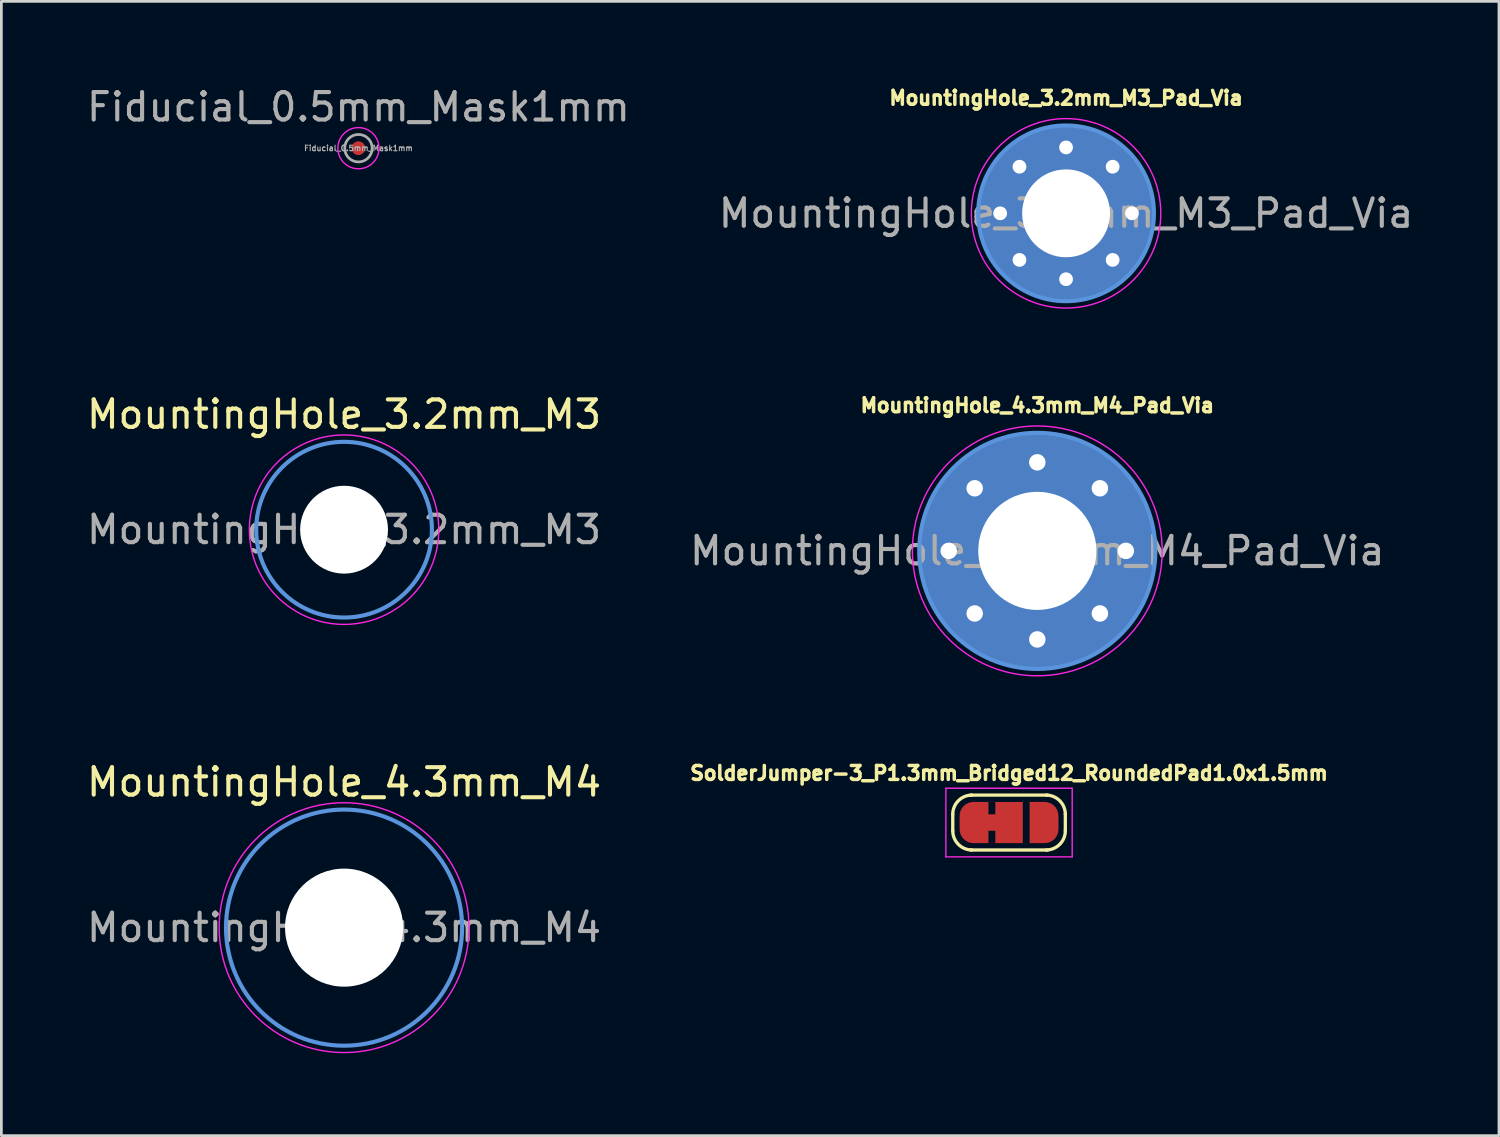
<source format=kicad_pcb>
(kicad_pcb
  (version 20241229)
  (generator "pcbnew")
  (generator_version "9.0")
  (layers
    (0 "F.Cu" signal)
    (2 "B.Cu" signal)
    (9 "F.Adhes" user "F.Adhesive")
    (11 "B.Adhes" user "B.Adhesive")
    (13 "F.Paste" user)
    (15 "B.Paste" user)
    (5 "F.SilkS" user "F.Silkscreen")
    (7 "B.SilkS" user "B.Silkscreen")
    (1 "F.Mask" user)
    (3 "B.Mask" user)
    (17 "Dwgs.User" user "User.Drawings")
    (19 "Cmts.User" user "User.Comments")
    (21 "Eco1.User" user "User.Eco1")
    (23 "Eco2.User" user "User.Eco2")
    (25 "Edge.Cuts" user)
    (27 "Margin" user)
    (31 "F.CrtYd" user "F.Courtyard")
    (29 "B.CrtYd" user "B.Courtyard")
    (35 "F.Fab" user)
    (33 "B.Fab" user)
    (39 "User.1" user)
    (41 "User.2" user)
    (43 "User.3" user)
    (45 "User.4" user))
  (footprint "MountingHole_3.2mm_M3"
    (layer "F.Cu")
    (at 9.482 16.243)
    (property "Reference" "MountingHole_3.2mm_M3" (at 0 -4.2 0) (layer "F.SilkS") (effects (font (size 1 1) (thickness 0.15))))
    (attr exclude_from_pos_files exclude_from_bom)
    (fp_circle (center 0 0) (end 3.2 0) (stroke (width 0.15) (type solid)) (fill no) (layer "Cmts.User"))
    (fp_circle (center 0 0) (end 3.45 0) (stroke (width 0.05) (type solid)) (fill no) (layer "F.CrtYd"))
    (fp_text user "${REFERENCE}" (at 0 0 0) (layer "F.Fab") (effects (font (size 1 1) (thickness 0.15))))
    (pad "" np_thru_hole circle (at 0 0) (size 3.2 3.2) (drill 3.2) (layers "*.Cu" "*.Mask")))
  (footprint "Fiducial_0.5mm_Mask1mm"
    (layer "F.Cu")
    (at 10.006 2.348)
    (property "Reference" "Fiducial_0.5mm_Mask1mm" (at 0 -1.5 0) (layer "F.Fab") (effects (font (size 1 1) (thickness 0.15))))
    (attr smd)
    (fp_circle (center 0 0) (end 0.75 0) (stroke (width 0.05) (type solid)) (fill no) (layer "F.CrtYd"))
    (fp_circle (center 0 0) (end 0.5 0) (stroke (width 0.1) (type solid)) (fill no) (layer "F.Fab"))
    (fp_text user "${REFERENCE}" (at 0 0 0) (layer "F.Fab") (effects (font (size 0.2 0.2) (thickness 0.04))))
    (pad "" smd circle (at 0 0) (size 0.5 0.5) (layers "F.Cu" "F.Mask")))
  (footprint "MountingHole_3.2mm_M3_Pad_Via"
    (layer "F.Cu")
    (at 35.78 4.72)
    (property "Reference" "MountingHole_3.2mm_M3_Pad_Via" (at 0 -4.2 0) (layer "F.SilkS") (effects (font (size 0.508 0.508) (thickness 0.127))))
    (attr exclude_from_pos_files exclude_from_bom)
    (fp_circle (center 0 0) (end 3.2 0) (stroke (width 0.15) (type solid)) (fill no) (layer "Cmts.User"))
    (fp_circle (center 0 0) (end 3.45 0) (stroke (width 0.05) (type solid)) (fill no) (layer "F.CrtYd"))
    (fp_text user "${REFERENCE}" (at 0 0 0) (layer "F.Fab") (effects (font (size 1 1) (thickness 0.15))))
    (pad "1" thru_hole circle (at -2.4 0) (size 0.8 0.8) (drill 0.5) (layers "*.Cu" "*.Mask"))
    (pad "1" thru_hole circle (at -1.697 -1.697) (size 0.8 0.8) (drill 0.5) (layers "*.Cu" "*.Mask"))
    (pad "1" thru_hole circle (at -1.697 1.697) (size 0.8 0.8) (drill 0.5) (layers "*.Cu" "*.Mask"))
    (pad "1" thru_hole circle (at 0 -2.4) (size 0.8 0.8) (drill 0.5) (layers "*.Cu" "*.Mask"))
    (pad "1" thru_hole circle (at 0 0) (size 6.4 6.4) (drill 3.2) (layers "*.Cu" "*.Mask"))
    (pad "1" thru_hole circle (at 0 2.4) (size 0.8 0.8) (drill 0.5) (layers "*.Cu" "*.Mask"))
    (pad "1" thru_hole circle (at 1.697 -1.697) (size 0.8 0.8) (drill 0.5) (layers "*.Cu" "*.Mask"))
    (pad "1" thru_hole circle (at 1.697 1.697) (size 0.8 0.8) (drill 0.5) (layers "*.Cu" "*.Mask"))
    (pad "1" thru_hole circle (at 2.4 0) (size 0.8 0.8) (drill 0.5) (layers "*.Cu" "*.Mask")))
  (footprint "SolderJumper-3_P1.3mm_Bridged12_RoundedPad1.0x1.5mm"
    (layer "F.Cu")
    (at 33.703 26.91)
    (property "Reference" "SolderJumper-3_P1.3mm_Bridged12_RoundedPad1.0x1.5mm" (at 0 -1.8 0) (layer "F.SilkS") (effects (font (size 0.508 0.508) (thickness 0.127) (bold yes))))
    (attr exclude_from_pos_files exclude_from_bom)
    (fp_poly (pts (xy -0.9 -0.3) (xy -0.4 -0.3) (xy -0.4 0.3) (xy -0.9 0.3)) (stroke (width 0) (type solid)) (fill yes) (layer "F.Cu"))
    (fp_line (start -2.05 0.3) (end -2.05 -0.3) (stroke (width 0.12) (type solid)) (layer "F.SilkS"))
    (fp_line (start -1.4 -1) (end 1.4 -1) (stroke (width 0.12) (type solid)) (layer "F.SilkS"))
    (fp_line (start 1.4 1) (end -1.4 1) (stroke (width 0.12) (type solid)) (layer "F.SilkS"))
    (fp_line (start 2.05 -0.3) (end 2.05 0.3) (stroke (width 0.12) (type solid)) (layer "F.SilkS"))
    (fp_arc (start -2.05 -0.3) (mid -1.844975 -0.794975) (end -1.35 -1) (stroke (width 0.12) (type solid)) (layer "F.SilkS"))
    (fp_arc (start -1.35 1) (mid -1.844975 0.794975) (end -2.05 0.3) (stroke (width 0.12) (type solid)) (layer "F.SilkS"))
    (fp_arc (start 1.35 -1) (mid 1.844975 -0.794975) (end 2.05 -0.3) (stroke (width 0.12) (type solid)) (layer "F.SilkS"))
    (fp_arc (start 2.05 0.3) (mid 1.844975 0.794975) (end 1.35 1) (stroke (width 0.12) (type solid)) (layer "F.SilkS"))
    (fp_line (start -2.3 -1.25) (end -2.3 1.25) (stroke (width 0.05) (type solid)) (layer "F.CrtYd"))
    (fp_line (start -2.3 -1.25) (end 2.3 -1.25) (stroke (width 0.05) (type solid)) (layer "F.CrtYd"))
    (fp_line (start 2.3 1.25) (end -2.3 1.25) (stroke (width 0.05) (type solid)) (layer "F.CrtYd"))
    (fp_line (start 2.3 1.25) (end 2.3 -1.25) (stroke (width 0.05) (type solid)) (layer "F.CrtYd"))
    (pad "1" smd custom (at -1.3 0) (size 1 0.5) (layers "F.Cu" "F.Mask") (options (anchor rect)) (primitives (gr_circle (center 0 0.25) (end 0.5 0.25) (width 0) (fill yes)) (gr_circle (center 0 -0.25) (end 0.5 -0.25) (width 0) (fill yes)) (gr_poly (pts (xy 0.55 0.75) (xy 0 0.75) (xy 0 -0.75) (xy 0.55 -0.75)) (width 0) (fill yes))))
    (pad "2" smd rect (at 0 0) (size 1 1.5) (layers "F.Cu" "F.Mask"))
    (pad "3" smd custom (at 1.3 0) (size 1 0.5) (layers "F.Cu" "F.Mask") (options (anchor rect)) (primitives (gr_circle (center 0 0.25) (end 0.5 0.25) (width 0) (fill yes)) (gr_circle (center 0 -0.25) (end 0.5 -0.25) (width 0) (fill yes)) (gr_poly (pts (xy 0 0.75) (xy -0.55 0.75) (xy -0.55 -0.75) (xy 0 -0.75)) (width 0) (fill yes)))))
  (footprint "MountingHole_4.3mm_M4_Pad_Via"
    (layer "F.Cu")
    (at 34.732 17.015)
    (property "Reference" "MountingHole_4.3mm_M4_Pad_Via" (at 0 -5.3 0) (layer "F.SilkS") (effects (font (size 0.508 0.508) (thickness 0.127))))
    (attr exclude_from_pos_files exclude_from_bom)
    (fp_circle (center 0 0) (end 4.3 0) (stroke (width 0.15) (type solid)) (fill no) (layer "Cmts.User"))
    (fp_circle (center 0 0) (end 4.55 0) (stroke (width 0.05) (type solid)) (fill no) (layer "F.CrtYd"))
    (fp_text user "${REFERENCE}" (at 0 0 0) (layer "F.Fab") (effects (font (size 1 1) (thickness 0.15))))
    (pad "1" thru_hole circle (at -3.225 0) (size 0.9 0.9) (drill 0.6) (layers "*.Cu" "*.Mask"))
    (pad "1" thru_hole circle (at -2.28 -2.28) (size 0.9 0.9) (drill 0.6) (layers "*.Cu" "*.Mask"))
    (pad "1" thru_hole circle (at -2.28 2.28) (size 0.9 0.9) (drill 0.6) (layers "*.Cu" "*.Mask"))
    (pad "1" thru_hole circle (at 0 -3.225) (size 0.9 0.9) (drill 0.6) (layers "*.Cu" "*.Mask"))
    (pad "1" thru_hole circle (at 0 0) (size 8.6 8.6) (drill 4.3) (layers "*.Cu" "*.Mask"))
    (pad "1" thru_hole circle (at 0 3.225) (size 0.9 0.9) (drill 0.6) (layers "*.Cu" "*.Mask"))
    (pad "1" thru_hole circle (at 2.28 -2.28) (size 0.9 0.9) (drill 0.6) (layers "*.Cu" "*.Mask"))
    (pad "1" thru_hole circle (at 2.28 2.28) (size 0.9 0.9) (drill 0.6) (layers "*.Cu" "*.Mask"))
    (pad "1" thru_hole circle (at 3.225 0) (size 0.9 0.9) (drill 0.6) (layers "*.Cu" "*.Mask")))
  (footprint "MountingHole_4.3mm_M4"
    (layer "F.Cu")
    (at 9.482 30.738)
    (property "Reference" "MountingHole_4.3mm_M4" (at 0 -5.3 0) (layer "F.SilkS") (effects (font (size 1 1) (thickness 0.15))))
    (attr exclude_from_pos_files exclude_from_bom)
    (fp_circle (center 0 0) (end 4.3 0) (stroke (width 0.15) (type solid)) (fill no) (layer "Cmts.User"))
    (fp_circle (center 0 0) (end 4.55 0) (stroke (width 0.05) (type solid)) (fill no) (layer "F.CrtYd"))
    (fp_text user "${REFERENCE}" (at 0 0 0) (layer "F.Fab") (effects (font (size 1 1) (thickness 0.15))))
    (pad "" np_thru_hole circle (at 0 0) (size 4.3 4.3) (drill 4.3) (layers "*.Cu" "*.Mask")))
  (gr_rect
    (start -3 -3)
    (end 51.548 38.313)
    (stroke (width 0.1) (type default))
    (fill no)
    (layer "Edge.Cuts")))
</source>
